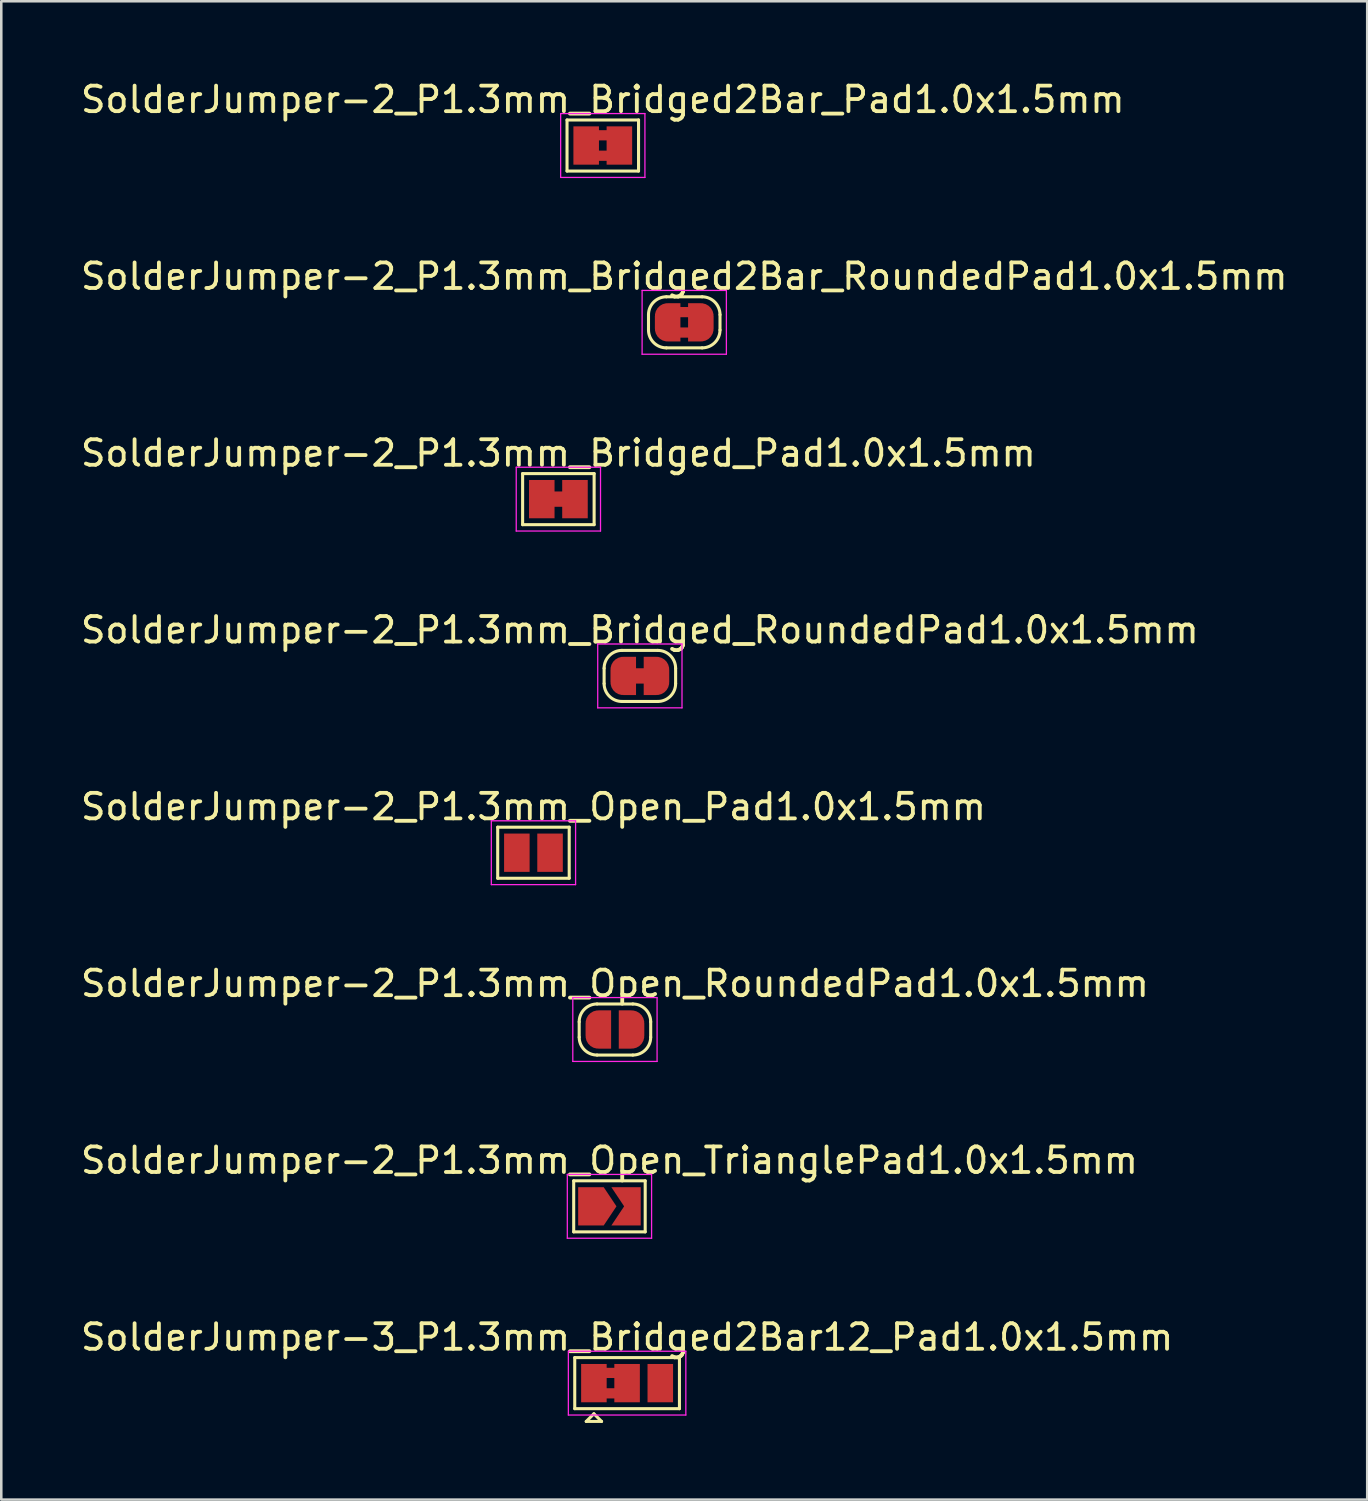
<source format=kicad_pcb>
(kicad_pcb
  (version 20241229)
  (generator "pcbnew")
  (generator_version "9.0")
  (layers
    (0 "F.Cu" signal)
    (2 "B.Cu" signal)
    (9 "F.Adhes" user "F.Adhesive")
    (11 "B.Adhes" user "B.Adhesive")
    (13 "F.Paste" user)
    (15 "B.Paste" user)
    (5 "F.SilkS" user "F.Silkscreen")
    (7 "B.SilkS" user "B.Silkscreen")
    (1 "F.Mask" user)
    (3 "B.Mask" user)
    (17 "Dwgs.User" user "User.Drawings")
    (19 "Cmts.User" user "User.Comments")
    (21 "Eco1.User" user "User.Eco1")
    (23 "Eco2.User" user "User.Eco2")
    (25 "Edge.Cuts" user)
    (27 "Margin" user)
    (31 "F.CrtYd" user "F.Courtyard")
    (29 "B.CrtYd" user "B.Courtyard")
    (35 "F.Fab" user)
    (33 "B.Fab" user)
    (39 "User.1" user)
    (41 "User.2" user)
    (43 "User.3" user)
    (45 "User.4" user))
  (footprint "SolderJumper-2_P1.3mm_Bridged2Bar_RoundedPad1.0x1.5mm"
    (layer "F.Cu")
    (at 23.744 9.572)
    (property "Reference" "SolderJumper-2_P1.3mm_Bridged2Bar_RoundedPad1.0x1.5mm" (at 0 -1.8 0) (layer "F.SilkS") (effects (font (size 1 1) (thickness 0.15))))
    (attr exclude_from_pos_files exclude_from_bom allow_soldermask_bridges)
    (fp_poly (pts (xy -0.25 -0.6) (xy 0.25 -0.6) (xy 0.25 -0.2) (xy -0.25 -0.2)) (stroke (width 0) (type solid)) (fill yes) (layer "F.Cu"))
    (fp_poly (pts (xy -0.25 0.2) (xy 0.25 0.2) (xy 0.25 0.6) (xy -0.25 0.6)) (stroke (width 0) (type solid)) (fill yes) (layer "F.Cu"))
    (fp_rect (start -0.15 -0.75) (end 0.15 0.75) (stroke (width 0) (type default)) (fill yes) (layer "F.Mask"))
    (fp_line (start -1.4 0.3) (end -1.4 -0.3) (stroke (width 0.12) (type solid)) (layer "F.SilkS"))
    (fp_line (start -0.7 -1) (end 0.7 -1) (stroke (width 0.12) (type solid)) (layer "F.SilkS"))
    (fp_line (start 0.7 1) (end -0.7 1) (stroke (width 0.12) (type solid)) (layer "F.SilkS"))
    (fp_line (start 1.4 -0.3) (end 1.4 0.3) (stroke (width 0.12) (type solid)) (layer "F.SilkS"))
    (fp_arc (start -1.4 -0.3) (mid -1.194975 -0.794975) (end -0.7 -1) (stroke (width 0.12) (type solid)) (layer "F.SilkS"))
    (fp_arc (start -0.7 1) (mid -1.194975 0.794975) (end -1.4 0.3) (stroke (width 0.12) (type solid)) (layer "F.SilkS"))
    (fp_arc (start 0.7 -1) (mid 1.194975 -0.794975) (end 1.4 -0.3) (stroke (width 0.12) (type solid)) (layer "F.SilkS"))
    (fp_arc (start 1.4 0.3) (mid 1.194975 0.794975) (end 0.7 1) (stroke (width 0.12) (type solid)) (layer "F.SilkS"))
    (fp_line (start -1.65 -1.25) (end -1.65 1.25) (stroke (width 0.05) (type solid)) (layer "F.CrtYd"))
    (fp_line (start -1.65 -1.25) (end 1.65 -1.25) (stroke (width 0.05) (type solid)) (layer "F.CrtYd"))
    (fp_line (start 1.65 1.25) (end -1.65 1.25) (stroke (width 0.05) (type solid)) (layer "F.CrtYd"))
    (fp_line (start 1.65 1.25) (end 1.65 -1.25) (stroke (width 0.05) (type solid)) (layer "F.CrtYd"))
    (pad "1" smd custom (at -0.65 0) (size 1 0.5) (layers "F.Cu" "F.Mask") (options (anchor rect)) (primitives (gr_circle (center 0 0.25) (end 0.5 0.25) (width 0) (fill yes)) (gr_circle (center 0 -0.25) (end 0.5 -0.25) (width 0) (fill yes)) (gr_poly (pts (xy 0.5 0.75) (xy 0 0.75) (xy 0 -0.75) (xy 0.5 -0.75)) (width 0) (fill yes))))
    (pad "2" smd custom (at 0.65 0) (size 1 0.5) (layers "F.Cu" "F.Mask") (options (anchor rect)) (primitives (gr_circle (center 0 0.25) (end 0.5 0.25) (width 0) (fill yes)) (gr_circle (center 0 -0.25) (end 0.5 -0.25) (width 0) (fill yes)) (gr_poly (pts (xy 0 0.75) (xy -0.5 0.75) (xy -0.5 -0.75) (xy 0 -0.75)) (width 0) (fill yes)))))
  (footprint "SolderJumper-2_P1.3mm_Bridged2Bar_Pad1.0x1.5mm"
    (layer "F.Cu")
    (at 20.554 2.648)
    (property "Reference" "SolderJumper-2_P1.3mm_Bridged2Bar_Pad1.0x1.5mm" (at 0 -1.8 0) (layer "F.SilkS") (effects (font (size 1 1) (thickness 0.15))))
    (attr exclude_from_pos_files exclude_from_bom allow_soldermask_bridges)
    (fp_poly (pts (xy -0.25 -0.6) (xy 0.25 -0.6) (xy 0.25 -0.2) (xy -0.25 -0.2)) (stroke (width 0) (type solid)) (fill yes) (layer "F.Cu"))
    (fp_poly (pts (xy -0.25 0.2) (xy 0.25 0.2) (xy 0.25 0.6) (xy -0.25 0.6)) (stroke (width 0) (type solid)) (fill yes) (layer "F.Cu"))
    (fp_rect (start -0.15 -0.75) (end 0.15 0.75) (stroke (width 0) (type default)) (fill yes) (layer "F.Mask"))
    (fp_line (start -1.4 -1) (end 1.4 -1) (stroke (width 0.12) (type solid)) (layer "F.SilkS"))
    (fp_line (start -1.4 1) (end -1.4 -1) (stroke (width 0.12) (type solid)) (layer "F.SilkS"))
    (fp_line (start 1.4 -1) (end 1.4 1) (stroke (width 0.12) (type solid)) (layer "F.SilkS"))
    (fp_line (start 1.4 1) (end -1.4 1) (stroke (width 0.12) (type solid)) (layer "F.SilkS"))
    (fp_line (start -1.65 -1.25) (end -1.65 1.25) (stroke (width 0.05) (type solid)) (layer "F.CrtYd"))
    (fp_line (start -1.65 -1.25) (end 1.65 -1.25) (stroke (width 0.05) (type solid)) (layer "F.CrtYd"))
    (fp_line (start 1.65 1.25) (end -1.65 1.25) (stroke (width 0.05) (type solid)) (layer "F.CrtYd"))
    (fp_line (start 1.65 1.25) (end 1.65 -1.25) (stroke (width 0.05) (type solid)) (layer "F.CrtYd"))
    (pad "1" smd rect (at -0.65 0) (size 1 1.5) (layers "F.Cu" "F.Mask"))
    (pad "2" smd rect (at 0.65 0) (size 1 1.5) (layers "F.Cu" "F.Mask")))
  (footprint "SolderJumper-3_P1.3mm_Bridged2Bar12_Pad1.0x1.5mm"
    (layer "F.Cu")
    (at 21.506 51.111)
    (property "Reference" "SolderJumper-3_P1.3mm_Bridged2Bar12_Pad1.0x1.5mm" (at 0 -1.8 0) (layer "F.SilkS") (effects (font (size 1 1) (thickness 0.15))))
    (attr exclude_from_pos_files exclude_from_bom allow_soldermask_bridges)
    (fp_poly (pts (xy -0.9 -0.6) (xy -0.4 -0.6) (xy -0.4 -0.2) (xy -0.9 -0.2)) (stroke (width 0) (type solid)) (fill yes) (layer "F.Cu"))
    (fp_poly (pts (xy -0.9 0.2) (xy -0.4 0.2) (xy -0.4 0.6) (xy -0.9 0.6)) (stroke (width 0) (type solid)) (fill yes) (layer "F.Cu"))
    (fp_rect (start -0.8 -0.75) (end 0.8 0.75) (stroke (width 0) (type default)) (fill yes) (layer "F.Mask"))
    (fp_line (start -2.05 -1) (end 2.05 -1) (stroke (width 0.12) (type solid)) (layer "F.SilkS"))
    (fp_line (start -2.05 1) (end -2.05 -1) (stroke (width 0.12) (type solid)) (layer "F.SilkS"))
    (fp_line (start -1.6 1.5) (end -1 1.5) (stroke (width 0.12) (type solid)) (layer "F.SilkS"))
    (fp_line (start -1.3 1.2) (end -1.6 1.5) (stroke (width 0.12) (type solid)) (layer "F.SilkS"))
    (fp_line (start -1.3 1.2) (end -1 1.5) (stroke (width 0.12) (type solid)) (layer "F.SilkS"))
    (fp_line (start 2.05 -1) (end 2.05 1) (stroke (width 0.12) (type solid)) (layer "F.SilkS"))
    (fp_line (start 2.05 1) (end -2.05 1) (stroke (width 0.12) (type solid)) (layer "F.SilkS"))
    (fp_line (start -2.3 -1.25) (end -2.3 1.25) (stroke (width 0.05) (type solid)) (layer "F.CrtYd"))
    (fp_line (start -2.3 -1.25) (end 2.3 -1.25) (stroke (width 0.05) (type solid)) (layer "F.CrtYd"))
    (fp_line (start 2.3 1.25) (end -2.3 1.25) (stroke (width 0.05) (type solid)) (layer "F.CrtYd"))
    (fp_line (start 2.3 1.25) (end 2.3 -1.25) (stroke (width 0.05) (type solid)) (layer "F.CrtYd"))
    (pad "1" smd rect (at -1.3 0) (size 1 1.5) (layers "F.Cu" "F.Mask"))
    (pad "2" smd rect (at 0 0) (size 1 1.5) (layers "F.Cu" "F.Mask"))
    (pad "3" smd rect (at 1.3 0) (size 1 1.5) (layers "F.Cu" "F.Mask")))
  (footprint "SolderJumper-2_P1.3mm_Bridged_RoundedPad1.0x1.5mm"
    (layer "F.Cu")
    (at 22.006 23.418)
    (property "Reference" "SolderJumper-2_P1.3mm_Bridged_RoundedPad1.0x1.5mm" (at 0 -1.8 0) (layer "F.SilkS") (effects (font (size 1 1) (thickness 0.15))))
    (attr exclude_from_pos_files exclude_from_bom allow_soldermask_bridges)
    (fp_poly (pts (xy 0.25 -0.3) (xy -0.25 -0.3) (xy -0.25 0.3) (xy 0.25 0.3)) (stroke (width 0) (type solid)) (fill yes) (layer "F.Cu"))
    (fp_rect (start -0.15 -0.75) (end 0.15 0.75) (stroke (width 0) (type default)) (fill yes) (layer "F.Mask"))
    (fp_line (start -1.4 0.3) (end -1.4 -0.3) (stroke (width 0.12) (type solid)) (layer "F.SilkS"))
    (fp_line (start -0.7 -1) (end 0.7 -1) (stroke (width 0.12) (type solid)) (layer "F.SilkS"))
    (fp_line (start 0.7 1) (end -0.7 1) (stroke (width 0.12) (type solid)) (layer "F.SilkS"))
    (fp_line (start 1.4 -0.3) (end 1.4 0.3) (stroke (width 0.12) (type solid)) (layer "F.SilkS"))
    (fp_arc (start -1.4 -0.3) (mid -1.194975 -0.794975) (end -0.7 -1) (stroke (width 0.12) (type solid)) (layer "F.SilkS"))
    (fp_arc (start -0.7 1) (mid -1.194975 0.794975) (end -1.4 0.3) (stroke (width 0.12) (type solid)) (layer "F.SilkS"))
    (fp_arc (start 0.7 -1) (mid 1.194975 -0.794975) (end 1.4 -0.3) (stroke (width 0.12) (type solid)) (layer "F.SilkS"))
    (fp_arc (start 1.4 0.3) (mid 1.194975 0.794975) (end 0.7 1) (stroke (width 0.12) (type solid)) (layer "F.SilkS"))
    (fp_line (start -1.65 -1.25) (end -1.65 1.25) (stroke (width 0.05) (type solid)) (layer "F.CrtYd"))
    (fp_line (start -1.65 -1.25) (end 1.65 -1.25) (stroke (width 0.05) (type solid)) (layer "F.CrtYd"))
    (fp_line (start 1.65 1.25) (end -1.65 1.25) (stroke (width 0.05) (type solid)) (layer "F.CrtYd"))
    (fp_line (start 1.65 1.25) (end 1.65 -1.25) (stroke (width 0.05) (type solid)) (layer "F.CrtYd"))
    (pad "1" smd custom (at -0.65 0) (size 1 0.5) (layers "F.Cu" "F.Mask") (options (anchor rect)) (primitives (gr_circle (center 0 0.25) (end 0.5 0.25) (width 0) (fill yes)) (gr_circle (center 0 -0.25) (end 0.5 -0.25) (width 0) (fill yes)) (gr_poly (pts (xy 0.5 0.75) (xy 0 0.75) (xy 0 -0.75) (xy 0.5 -0.75)) (width 0) (fill yes))))
    (pad "2" smd custom (at 0.65 0) (size 1 0.5) (layers "F.Cu" "F.Mask") (options (anchor rect)) (primitives (gr_circle (center 0 0.25) (end 0.5 0.25) (width 0) (fill yes)) (gr_circle (center 0 -0.25) (end 0.5 -0.25) (width 0) (fill yes)) (gr_poly (pts (xy 0 0.75) (xy -0.5 0.75) (xy -0.5 -0.75) (xy 0 -0.75)) (width 0) (fill yes)))))
  (footprint "SolderJumper-2_P1.3mm_Open_RoundedPad1.0x1.5mm"
    (layer "F.Cu")
    (at 21.03 37.264)
    (property "Reference" "SolderJumper-2_P1.3mm_Open_RoundedPad1.0x1.5mm" (at 0 -1.8 0) (layer "F.SilkS") (effects (font (size 1 1) (thickness 0.15))))
    (attr exclude_from_pos_files exclude_from_bom allow_soldermask_bridges)
    (fp_rect (start -0.15 -0.75) (end 0.15 0.75) (stroke (width 0) (type default)) (fill yes) (layer "F.Mask"))
    (fp_line (start -1.4 0.3) (end -1.4 -0.3) (stroke (width 0.12) (type solid)) (layer "F.SilkS"))
    (fp_line (start -0.7 -1) (end 0.7 -1) (stroke (width 0.12) (type solid)) (layer "F.SilkS"))
    (fp_line (start 0.7 1) (end -0.7 1) (stroke (width 0.12) (type solid)) (layer "F.SilkS"))
    (fp_line (start 1.4 -0.3) (end 1.4 0.3) (stroke (width 0.12) (type solid)) (layer "F.SilkS"))
    (fp_arc (start -1.4 -0.3) (mid -1.194975 -0.794975) (end -0.7 -1) (stroke (width 0.12) (type solid)) (layer "F.SilkS"))
    (fp_arc (start -0.7 1) (mid -1.194975 0.794975) (end -1.4 0.3) (stroke (width 0.12) (type solid)) (layer "F.SilkS"))
    (fp_arc (start 0.7 -1) (mid 1.194975 -0.794975) (end 1.4 -0.3) (stroke (width 0.12) (type solid)) (layer "F.SilkS"))
    (fp_arc (start 1.4 0.3) (mid 1.194975 0.794975) (end 0.7 1) (stroke (width 0.12) (type solid)) (layer "F.SilkS"))
    (fp_line (start -1.65 -1.25) (end -1.65 1.25) (stroke (width 0.05) (type solid)) (layer "F.CrtYd"))
    (fp_line (start -1.65 -1.25) (end 1.65 -1.25) (stroke (width 0.05) (type solid)) (layer "F.CrtYd"))
    (fp_line (start 1.65 1.25) (end -1.65 1.25) (stroke (width 0.05) (type solid)) (layer "F.CrtYd"))
    (fp_line (start 1.65 1.25) (end 1.65 -1.25) (stroke (width 0.05) (type solid)) (layer "F.CrtYd"))
    (pad "1" smd custom (at -0.65 0) (size 1 0.5) (layers "F.Cu" "F.Mask") (options (anchor rect)) (primitives (gr_circle (center 0 0.25) (end 0.5 0.25) (width 0) (fill yes)) (gr_circle (center 0 -0.25) (end 0.5 -0.25) (width 0) (fill yes)) (gr_poly (pts (xy 0.5 0.75) (xy 0 0.75) (xy 0 -0.75) (xy 0.5 -0.75)) (width 0) (fill yes))))
    (pad "2" smd custom (at 0.65 0) (size 1 0.5) (layers "F.Cu" "F.Mask") (options (anchor rect)) (primitives (gr_circle (center 0 0.25) (end 0.5 0.25) (width 0) (fill yes)) (gr_circle (center 0 -0.25) (end 0.5 -0.25) (width 0) (fill yes)) (gr_poly (pts (xy 0 0.75) (xy -0.5 0.75) (xy -0.5 -0.75) (xy 0 -0.75)) (width 0) (fill yes)))))
  (footprint "SolderJumper-2_P1.3mm_Open_TrianglePad1.0x1.5mm"
    (layer "F.Cu")
    (at 20.815 44.188)
    (property "Reference" "SolderJumper-2_P1.3mm_Open_TrianglePad1.0x1.5mm" (at 0 -1.8 0) (layer "F.SilkS") (effects (font (size 1 1) (thickness 0.15))))
    (attr exclude_from_pos_files exclude_from_bom allow_soldermask_bridges)
    (fp_rect (start -1.225 -0.75) (end 1.225 0.75) (stroke (width 0) (type default)) (fill yes) (layer "F.Mask"))
    (fp_line (start -1.4 -1) (end 1.4 -1) (stroke (width 0.12) (type solid)) (layer "F.SilkS"))
    (fp_line (start -1.4 1) (end -1.4 -1) (stroke (width 0.12) (type solid)) (layer "F.SilkS"))
    (fp_line (start 1.4 -1) (end 1.4 1) (stroke (width 0.12) (type solid)) (layer "F.SilkS"))
    (fp_line (start 1.4 1) (end -1.4 1) (stroke (width 0.12) (type solid)) (layer "F.SilkS"))
    (fp_line (start -1.65 -1.25) (end -1.65 1.25) (stroke (width 0.05) (type solid)) (layer "F.CrtYd"))
    (fp_line (start -1.65 -1.25) (end 1.65 -1.25) (stroke (width 0.05) (type solid)) (layer "F.CrtYd"))
    (fp_line (start 1.65 1.25) (end -1.65 1.25) (stroke (width 0.05) (type solid)) (layer "F.CrtYd"))
    (fp_line (start 1.65 1.25) (end 1.65 -1.25) (stroke (width 0.05) (type solid)) (layer "F.CrtYd"))
    (pad "1" smd custom (at -0.725 0) (size 0.3 0.3) (layers "F.Cu" "F.Mask") (options (anchor rect)) (primitives (gr_poly (pts (xy 1 0) (xy 0.5 0.75) (xy -0.5 0.75) (xy -0.5 -0.75) (xy 0.5 -0.75)) (width 0) (fill yes))))
    (pad "2" smd custom (at 0.725 0) (size 0.3 0.3) (layers "F.Cu" "F.Mask") (options (anchor rect)) (primitives (gr_poly (pts (xy 0.5 0.75) (xy -0.65 0.75) (xy -0.15 0) (xy -0.65 -0.75) (xy 0.5 -0.75)) (width 0) (fill yes)))))
  (footprint "SolderJumper-2_P1.3mm_Bridged_Pad1.0x1.5mm"
    (layer "F.Cu")
    (at 18.815 16.495)
    (property "Reference" "SolderJumper-2_P1.3mm_Bridged_Pad1.0x1.5mm" (at 0 -1.8 0) (layer "F.SilkS") (effects (font (size 1 1) (thickness 0.15))))
    (attr exclude_from_pos_files exclude_from_bom allow_soldermask_bridges)
    (fp_poly (pts (xy -0.25 -0.3) (xy 0.25 -0.3) (xy 0.25 0.3) (xy -0.25 0.3)) (stroke (width 0) (type solid)) (fill yes) (layer "F.Cu"))
    (fp_rect (start -0.15 -0.75) (end 0.15 0.75) (stroke (width 0) (type default)) (fill yes) (layer "F.Mask"))
    (fp_line (start -1.4 -1) (end 1.4 -1) (stroke (width 0.12) (type solid)) (layer "F.SilkS"))
    (fp_line (start -1.4 1) (end -1.4 -1) (stroke (width 0.12) (type solid)) (layer "F.SilkS"))
    (fp_line (start 1.4 -1) (end 1.4 1) (stroke (width 0.12) (type solid)) (layer "F.SilkS"))
    (fp_line (start 1.4 1) (end -1.4 1) (stroke (width 0.12) (type solid)) (layer "F.SilkS"))
    (fp_line (start -1.65 -1.25) (end -1.65 1.25) (stroke (width 0.05) (type solid)) (layer "F.CrtYd"))
    (fp_line (start -1.65 -1.25) (end 1.65 -1.25) (stroke (width 0.05) (type solid)) (layer "F.CrtYd"))
    (fp_line (start 1.65 1.25) (end -1.65 1.25) (stroke (width 0.05) (type solid)) (layer "F.CrtYd"))
    (fp_line (start 1.65 1.25) (end 1.65 -1.25) (stroke (width 0.05) (type solid)) (layer "F.CrtYd"))
    (pad "1" smd rect (at -0.65 0) (size 1 1.5) (layers "F.Cu" "F.Mask"))
    (pad "2" smd rect (at 0.65 0) (size 1 1.5) (layers "F.Cu" "F.Mask")))
  (footprint "SolderJumper-2_P1.3mm_Open_Pad1.0x1.5mm"
    (layer "F.Cu")
    (at 17.839 30.341)
    (property "Reference" "SolderJumper-2_P1.3mm_Open_Pad1.0x1.5mm" (at 0 -1.8 0) (layer "F.SilkS") (effects (font (size 1 1) (thickness 0.15))))
    (attr exclude_from_pos_files exclude_from_bom allow_soldermask_bridges)
    (fp_rect (start -0.15 -0.75) (end 0.15 0.75) (stroke (width 0) (type default)) (fill yes) (layer "F.Mask"))
    (fp_line (start -1.4 -1) (end 1.4 -1) (stroke (width 0.12) (type solid)) (layer "F.SilkS"))
    (fp_line (start -1.4 1) (end -1.4 -1) (stroke (width 0.12) (type solid)) (layer "F.SilkS"))
    (fp_line (start 1.4 -1) (end 1.4 1) (stroke (width 0.12) (type solid)) (layer "F.SilkS"))
    (fp_line (start 1.4 1) (end -1.4 1) (stroke (width 0.12) (type solid)) (layer "F.SilkS"))
    (fp_line (start -1.65 -1.25) (end -1.65 1.25) (stroke (width 0.05) (type solid)) (layer "F.CrtYd"))
    (fp_line (start -1.65 -1.25) (end 1.65 -1.25) (stroke (width 0.05) (type solid)) (layer "F.CrtYd"))
    (fp_line (start 1.65 1.25) (end -1.65 1.25) (stroke (width 0.05) (type solid)) (layer "F.CrtYd"))
    (fp_line (start 1.65 1.25) (end 1.65 -1.25) (stroke (width 0.05) (type solid)) (layer "F.CrtYd"))
    (pad "1" smd rect (at -0.65 0) (size 1 1.5) (layers "F.Cu" "F.Mask"))
    (pad "2" smd rect (at 0.65 0) (size 1 1.5) (layers "F.Cu" "F.Mask")))
  (gr_rect
    (start -3 -3)
    (end 50.488 55.671)
    (stroke (width 0.1) (type default))
    (fill no)
    (layer "Edge.Cuts")))
</source>
